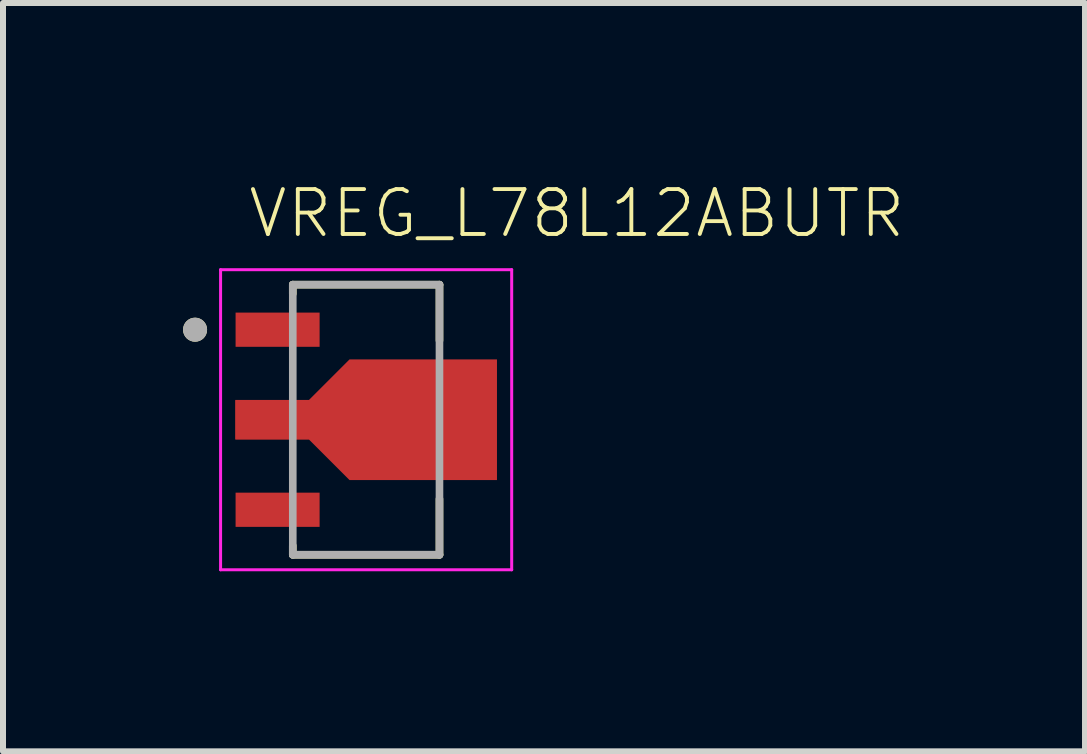
<source format=kicad_pcb>
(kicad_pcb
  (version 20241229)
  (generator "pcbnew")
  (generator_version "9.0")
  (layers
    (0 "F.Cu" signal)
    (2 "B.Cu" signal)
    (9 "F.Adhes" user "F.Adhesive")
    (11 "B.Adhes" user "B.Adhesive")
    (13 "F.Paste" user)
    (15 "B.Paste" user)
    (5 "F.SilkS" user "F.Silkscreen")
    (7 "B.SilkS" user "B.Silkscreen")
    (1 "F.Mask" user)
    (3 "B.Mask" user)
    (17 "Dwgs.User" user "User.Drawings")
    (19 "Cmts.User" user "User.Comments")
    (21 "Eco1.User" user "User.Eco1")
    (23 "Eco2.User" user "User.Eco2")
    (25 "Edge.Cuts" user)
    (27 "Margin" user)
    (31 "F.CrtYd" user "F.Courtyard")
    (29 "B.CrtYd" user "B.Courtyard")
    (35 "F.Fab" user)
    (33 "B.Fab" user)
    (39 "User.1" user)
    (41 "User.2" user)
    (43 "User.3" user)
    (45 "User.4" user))
  (footprint "VREG_L78L12ABUTR"
    (layer "F.Cu")
    (at 3.05 3.943)
    (property "Reference" "VREG_L78L12ABUTR" (at -2 -3 0) (layer "F.SilkS") (effects (font (size 0.748 0.748) (thickness 0.065)) (justify left bottom)))
    (fp_poly (pts (xy 2.18 1.005) (xy -0.277 1.005) (xy -0.952 0.33) (xy -2.18 0.33) (xy -2.18 -0.33) (xy -0.952 -0.33) (xy -0.277 -1.005) (xy 2.18 -1.005)) (stroke (width 0) (type solid)) (fill yes) (layer "F.Cu"))
    (fp_poly (pts (xy 2.28 1.105) (xy -0.377 1.105) (xy -1.052 0.43) (xy -2.28 0.43) (xy -2.28 -0.43) (xy -1.052 -0.43) (xy -0.377 -1.105) (xy 2.28 -1.105)) (stroke (width 0) (type solid)) (fill yes) (layer "F.Mask"))
    (fp_line (start -1.222 -2.25) (end 1.222 -2.25) (stroke (width 0.127) (type solid)) (layer "F.SilkS"))
    (fp_line (start -1.222 -2.1) (end -1.222 -2.25) (stroke (width 0.127) (type solid)) (layer "F.SilkS"))
    (fp_line (start -1.222 2.25) (end -1.222 2.1) (stroke (width 0.127) (type solid)) (layer "F.SilkS"))
    (fp_line (start -1.222 2.25) (end 1.222 2.25) (stroke (width 0.127) (type solid)) (layer "F.SilkS"))
    (fp_line (start 1.222 -1.32) (end 1.222 -2.25) (stroke (width 0.127) (type solid)) (layer "F.SilkS"))
    (fp_line (start 1.222 1.32) (end 1.222 2.25) (stroke (width 0.127) (type solid)) (layer "F.SilkS"))
    (fp_circle (center -2.85 -1.5) (end -2.75 -1.5) (stroke (width 0.2) (type solid)) (fill no) (layer "F.SilkS"))
    (fp_poly (pts (xy -2.175 0.325) (xy -0.95 0.325) (xy -0.95 -0.325) (xy -2.175 -0.325)) (stroke (width 0) (type solid)) (fill yes) (layer "F.Paste"))
    (fp_poly (pts (xy 0.175 0.632) (xy 1.725 0.632) (xy 1.725 -0.632) (xy 0.175 -0.632)) (stroke (width 0) (type solid)) (fill yes) (layer "F.Paste"))
    (fp_line (start -2.425 -2.5) (end -2.425 2.5) (stroke (width 0.05) (type solid)) (layer "F.CrtYd"))
    (fp_line (start 2.425 -2.5) (end -2.425 -2.5) (stroke (width 0.05) (type solid)) (layer "F.CrtYd"))
    (fp_line (start 2.425 -2.5) (end 2.425 2.5) (stroke (width 0.05) (type solid)) (layer "F.CrtYd"))
    (fp_line (start 2.425 2.5) (end -2.425 2.5) (stroke (width 0.05) (type solid)) (layer "F.CrtYd"))
    (fp_line (start -1.222 -2.25) (end -1.222 2.25) (stroke (width 0.127) (type solid)) (layer "F.Fab"))
    (fp_line (start -1.222 -2.25) (end 1.222 -2.25) (stroke (width 0.127) (type solid)) (layer "F.Fab"))
    (fp_line (start -1.222 2.25) (end 1.222 2.25) (stroke (width 0.127) (type solid)) (layer "F.Fab"))
    (fp_line (start 1.222 -2.25) (end 1.222 2.25) (stroke (width 0.127) (type solid)) (layer "F.Fab"))
    (fp_circle (center -2.85 -1.5) (end -2.75 -1.5) (stroke (width 0.2) (type solid)) (fill no) (layer "F.Fab"))
    (pad "1" smd rect (at -1.475 -1.5) (size 1.4 0.57) (layers "F.Cu" "F.Mask" "F.Paste"))
    (pad "2" smd rect (at -1.475 0) (size 1.4 0.65) (layers "F.Cu"))
    (pad "3" smd rect (at -1.475 1.5) (size 1.4 0.57) (layers "F.Cu" "F.Mask" "F.Paste")))
  (gr_rect
    (start -3 -3)
    (end 15.027 9.468)
    (stroke (width 0.1) (type default))
    (fill no)
    (layer "Edge.Cuts")))
</source>
